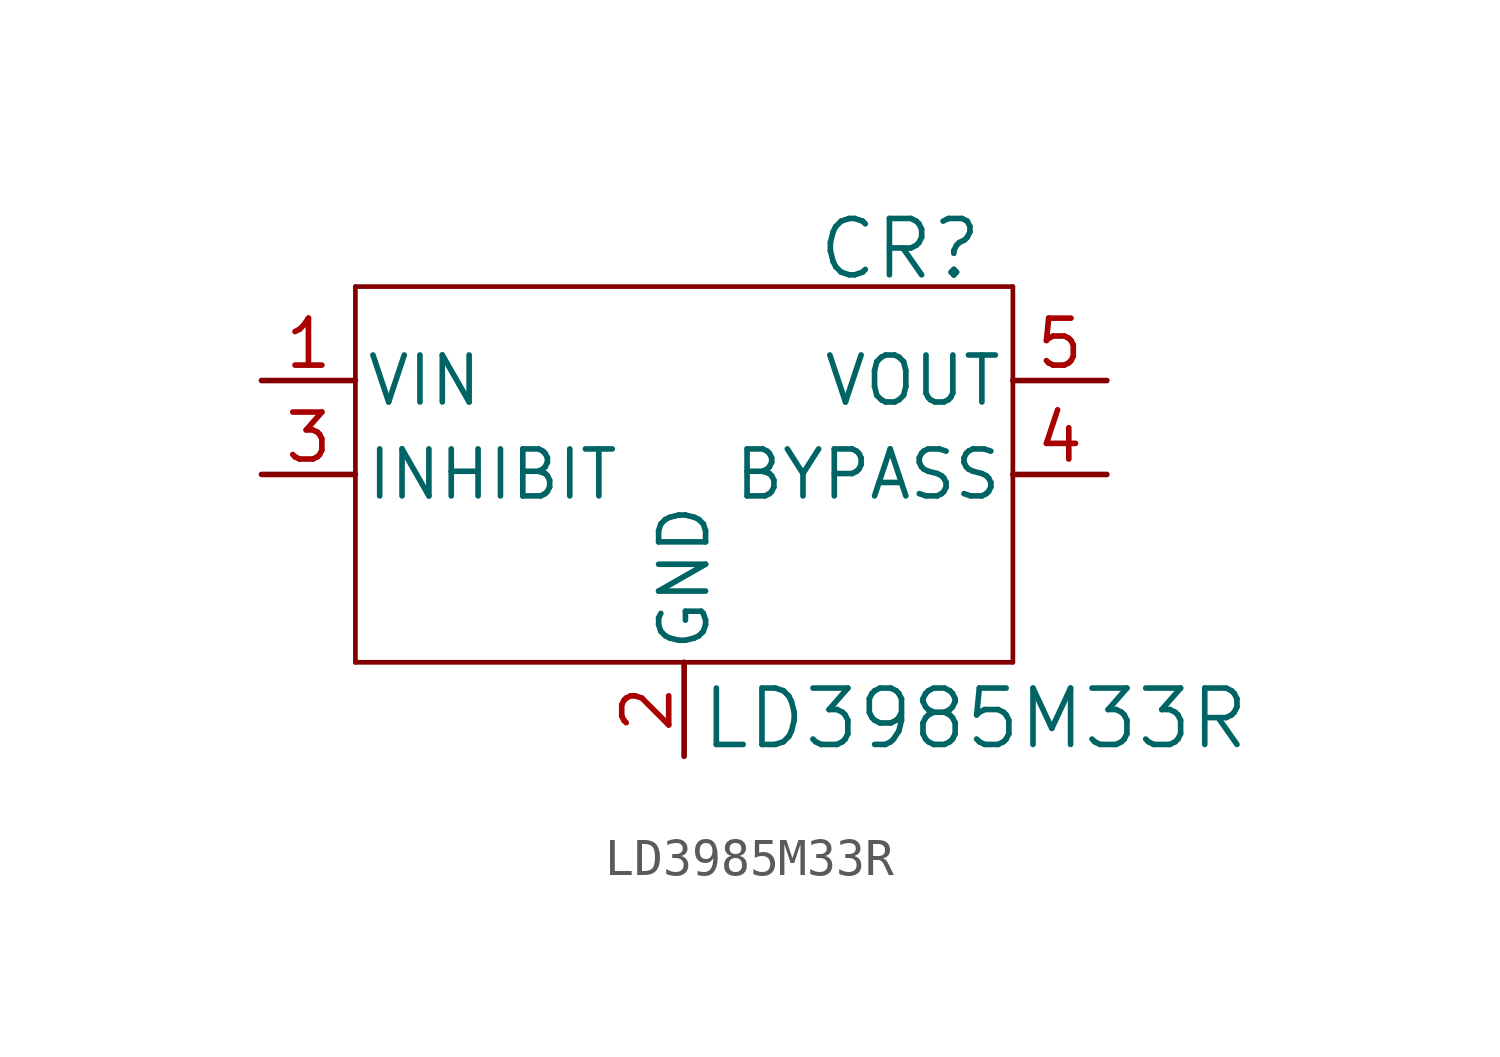
<source format=kicad_sym>
(kicad_symbol_lib
  (version 20231120)
  (generator "kicad_symbol_editor")
  (generator_version "8.0")
  (symbol "LD3985M33R"
    (pin_names
      (offset 0.254))
    (property "Reference" "CR"
      (at 14.732 11.176 0)
      (effects (font (size 1.524 1.524))))
    (property "Value" "LD3985M33R"
      (at 16.764 -1.524 0)
      (effects (font (size 1.524 1.524))))
    (property "ki_locked" ""
      (at 0 0 0)
      (effects (font (size 1.27 1.27))))
    (symbol "LD3985M33R_0_1"
      (polyline (pts (xy 0 0) (xy 17.78 0)) (stroke (width 0.127) (type default)) (fill (type none)))
      (polyline (pts (xy 0 10.16) (xy 0 0)) (stroke (width 0.127) (type default)) (fill (type none)))
      (polyline (pts (xy 17.78 0) (xy 17.78 10.16)) (stroke (width 0.127) (type default)) (fill (type none)))
      (polyline (pts (xy 17.78 10.16) (xy 0 10.16)) (stroke (width 0.127) (type default)) (fill (type none)))
      (pin power_in line (at -2.54 7.62 0) (length 2.54) (name "VIN" (effects (font (size 1.27 1.27)))) (number "1" (effects (font (size 1.27 1.27)))))
      (pin power_out line (at 8.89 -2.54 90) (length 2.54) (name "GND" (effects (font (size 1.27 1.27)))) (number "2" (effects (font (size 1.27 1.27)))))
      (pin input line (at -2.54 5.08 0) (length 2.54) (name "INHIBIT" (effects (font (size 1.27 1.27)))) (number "3" (effects (font (size 1.27 1.27))))))
    (symbol "LD3985M33R_1_1"
      (pin passive line (at 20.32 5.08 180) (length 2.54) (name "BYPASS" (effects (font (size 1.27 1.27)))) (number "4" (effects (font (size 1.27 1.27)))))
      (pin power_in line (at 20.32 7.62 180) (length 2.54) (name "VOUT" (effects (font (size 1.27 1.27)))) (number "5" (effects (font (size 1.27 1.27))))))))
</source>
